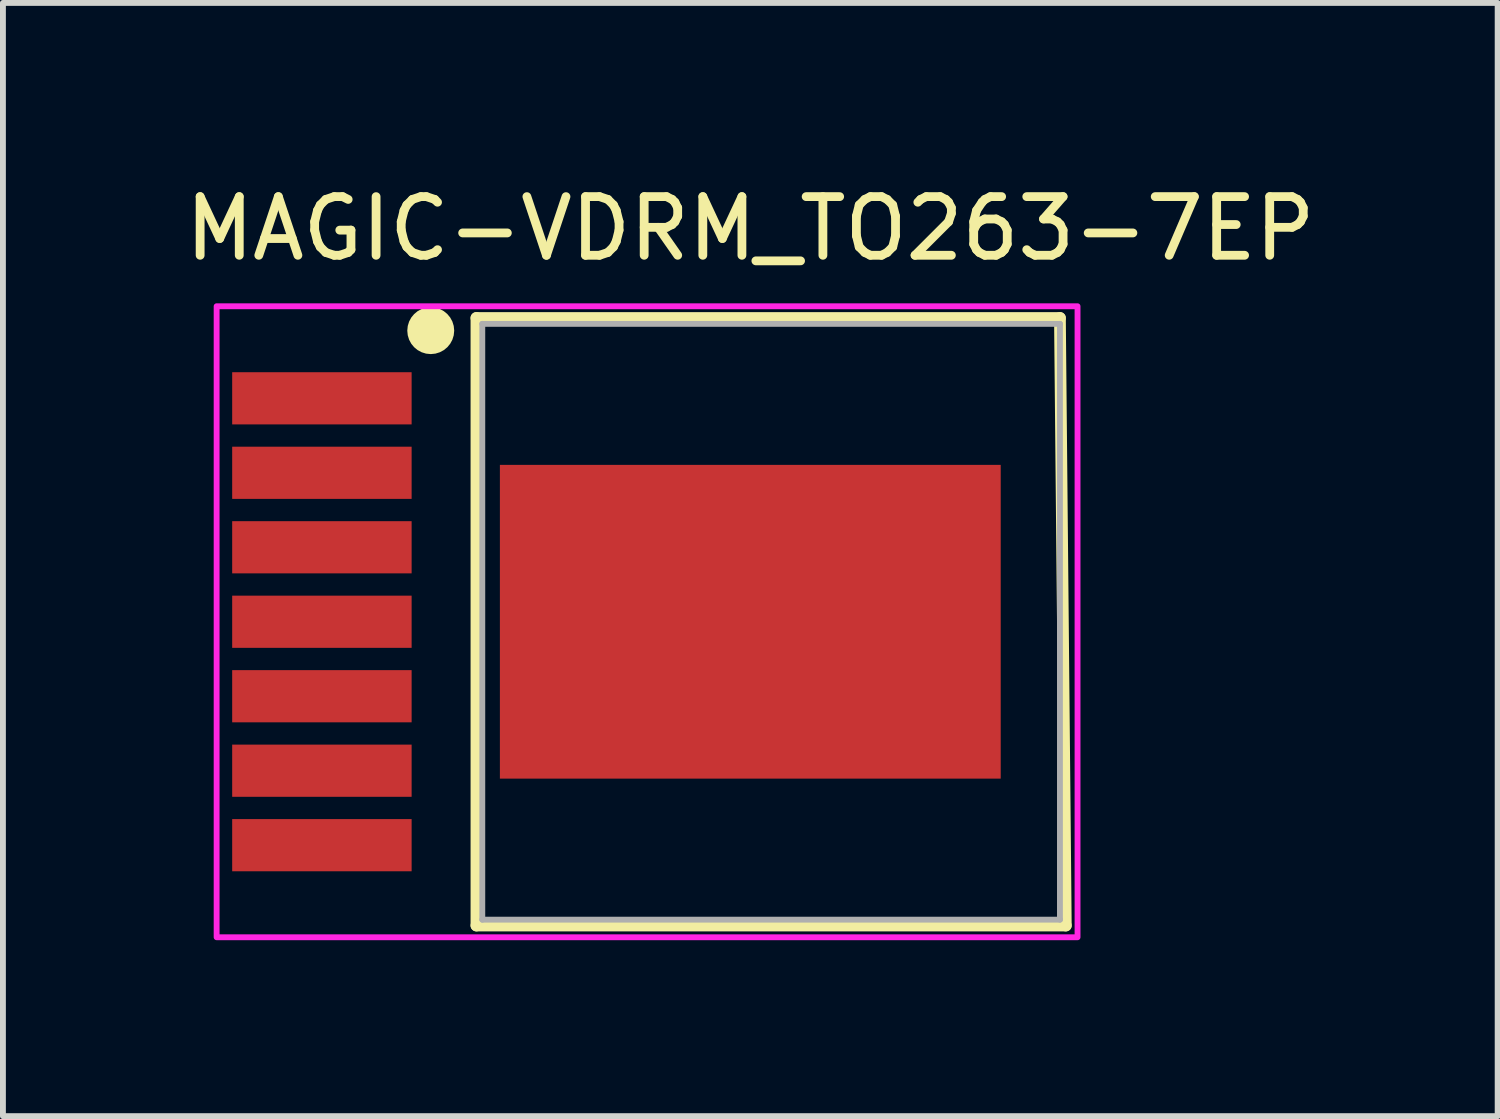
<source format=kicad_pcb>
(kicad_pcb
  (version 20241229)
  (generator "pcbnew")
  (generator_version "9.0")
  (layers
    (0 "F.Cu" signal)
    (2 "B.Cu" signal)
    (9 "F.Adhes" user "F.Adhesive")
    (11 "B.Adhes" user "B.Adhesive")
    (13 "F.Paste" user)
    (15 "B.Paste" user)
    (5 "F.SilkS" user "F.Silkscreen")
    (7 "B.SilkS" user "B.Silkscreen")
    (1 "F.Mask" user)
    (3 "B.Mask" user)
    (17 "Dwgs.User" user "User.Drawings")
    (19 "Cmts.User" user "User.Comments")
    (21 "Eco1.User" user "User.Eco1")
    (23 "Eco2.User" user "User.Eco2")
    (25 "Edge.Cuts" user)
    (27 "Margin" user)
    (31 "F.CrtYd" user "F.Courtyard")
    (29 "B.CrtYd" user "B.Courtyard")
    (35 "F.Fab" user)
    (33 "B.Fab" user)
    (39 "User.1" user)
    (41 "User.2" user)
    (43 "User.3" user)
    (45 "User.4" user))
  (footprint "MAGIC-VDRM_TO263-7EP"
    (layer "F.Cu")
    (at 9.744 7.552)
    (property "Reference" "MAGIC-VDRM_TO263-7EP" (at 0 -6.704 0) (layer "F.SilkS") (effects (font (size 1 1) (thickness 0.15))))
    (attr smd)
    (fp_line (start -4.67 -5.18) (end 5.28 -5.18) (stroke (width 0.2) (type solid)) (layer "F.SilkS"))
    (fp_line (start -4.67 5.18) (end -4.67 -5.18) (stroke (width 0.2) (type solid)) (layer "F.SilkS"))
    (fp_line (start 5.28 -5.18) (end 5.38 5.18) (stroke (width 0.2) (type solid)) (layer "F.SilkS"))
    (fp_line (start 5.38 5.18) (end -4.67 5.18) (stroke (width 0.2) (type solid)) (layer "F.SilkS"))
    (fp_circle (center -5.449 -4.964) (end -5.249 -4.964) (stroke (width 0.4) (type solid)) (fill no) (layer "F.SilkS"))
    (fp_poly (pts (xy 1.355 -2.675) (xy 1.355 -0.1) (xy -1.355 -0.1) (xy -1.355 -2.674)) (stroke (width 0.01) (type solid)) (fill yes) (layer "F.Paste"))
    (fp_poly (pts (xy 1.555 -2.675) (xy 4.265 -2.675) (xy 4.265 -0.1) (xy 1.555 -0.1) (xy 1.559 -2.676)) (stroke (width 0.01) (type solid)) (fill yes) (layer "F.Paste"))
    (fp_poly (pts (xy -1.355 0.1) (xy 1.355 0.1) (xy 1.355 2.675) (xy -1.355 2.675) (xy -1.355 0.101) (xy -1.345 0.101)) (stroke (width 0.01) (type solid)) (fill yes) (layer "F.Paste"))
    (fp_poly (pts (xy 1.555 0.1) (xy 4.265 0.1) (xy 4.265 2.675) (xy 1.555 2.675) (xy 1.555 0.099) (xy 1.559 0.099)) (stroke (width 0.01) (type solid)) (fill yes) (layer "F.Paste"))
    (fp_poly (pts (xy -4.265 -2.675) (xy -1.555 -2.675) (xy -1.555 -0.1) (xy -4.265 -0.1) (xy -4.266 -2.674) (xy -4.263 -2.674) (xy -4.263 -2.673)) (stroke (width 0.01) (type solid)) (fill yes) (layer "F.Paste"))
    (fp_poly (pts (xy -4.265 0.1) (xy -1.555 0.1) (xy -1.555 2.675) (xy -4.265 2.675) (xy -4.266 0.101) (xy -4.263 0.101) (xy -4.263 0.102)) (stroke (width 0.01) (type solid)) (fill yes) (layer "F.Paste"))
    (fp_poly (pts (xy -9.1 -5.38) (xy 5.58 -5.38) (xy 5.58 5.38) (xy -9.1 5.38)) (stroke (width 0.1) (type solid)) (fill no) (layer "F.CrtYd"))
    (fp_line (start -4.57 -5.08) (end -4.57 5.08) (stroke (width 0.1) (type solid)) (layer "F.Fab"))
    (fp_line (start -4.57 -5.08) (end 5.28 -5.08) (stroke (width 0.1) (type solid)) (layer "F.Fab"))
    (fp_line (start 5.28 -5.08) (end 5.28 5.08) (stroke (width 0.1) (type solid)) (layer "F.Fab"))
    (fp_line (start 5.28 5.08) (end -4.57 5.08) (stroke (width 0.1) (type solid)) (layer "F.Fab"))
    (pad "1" smd rect (at -7.305 -3.81) (size 3.06 0.89) (layers "F.Cu" "F.Mask" "F.Paste"))
    (pad "2" smd rect (at -7.305 -2.54) (size 3.06 0.89) (layers "F.Cu" "F.Mask" "F.Paste"))
    (pad "3" smd rect (at -7.305 -1.27) (size 3.06 0.89) (layers "F.Cu" "F.Mask" "F.Paste"))
    (pad "4" smd rect (at -7.305 0) (size 3.06 0.89) (layers "F.Cu" "F.Mask" "F.Paste"))
    (pad "5" smd rect (at -7.305 1.27) (size 3.06 0.89) (layers "F.Cu" "F.Mask" "F.Paste"))
    (pad "6" smd rect (at -7.305 2.54) (size 3.06 0.89) (layers "F.Cu" "F.Mask" "F.Paste"))
    (pad "7" smd rect (at -7.305 3.81) (size 3.06 0.89) (layers "F.Cu" "F.Mask" "F.Paste"))
    (pad "EP" smd rect (at 0 0) (size 8.54 5.35) (layers "F.Cu" "F.Mask")))
  (gr_rect
    (start -3 -3)
    (end 22.488 15.982)
    (stroke (width 0.1) (type default))
    (fill no)
    (layer "Edge.Cuts")))
</source>
